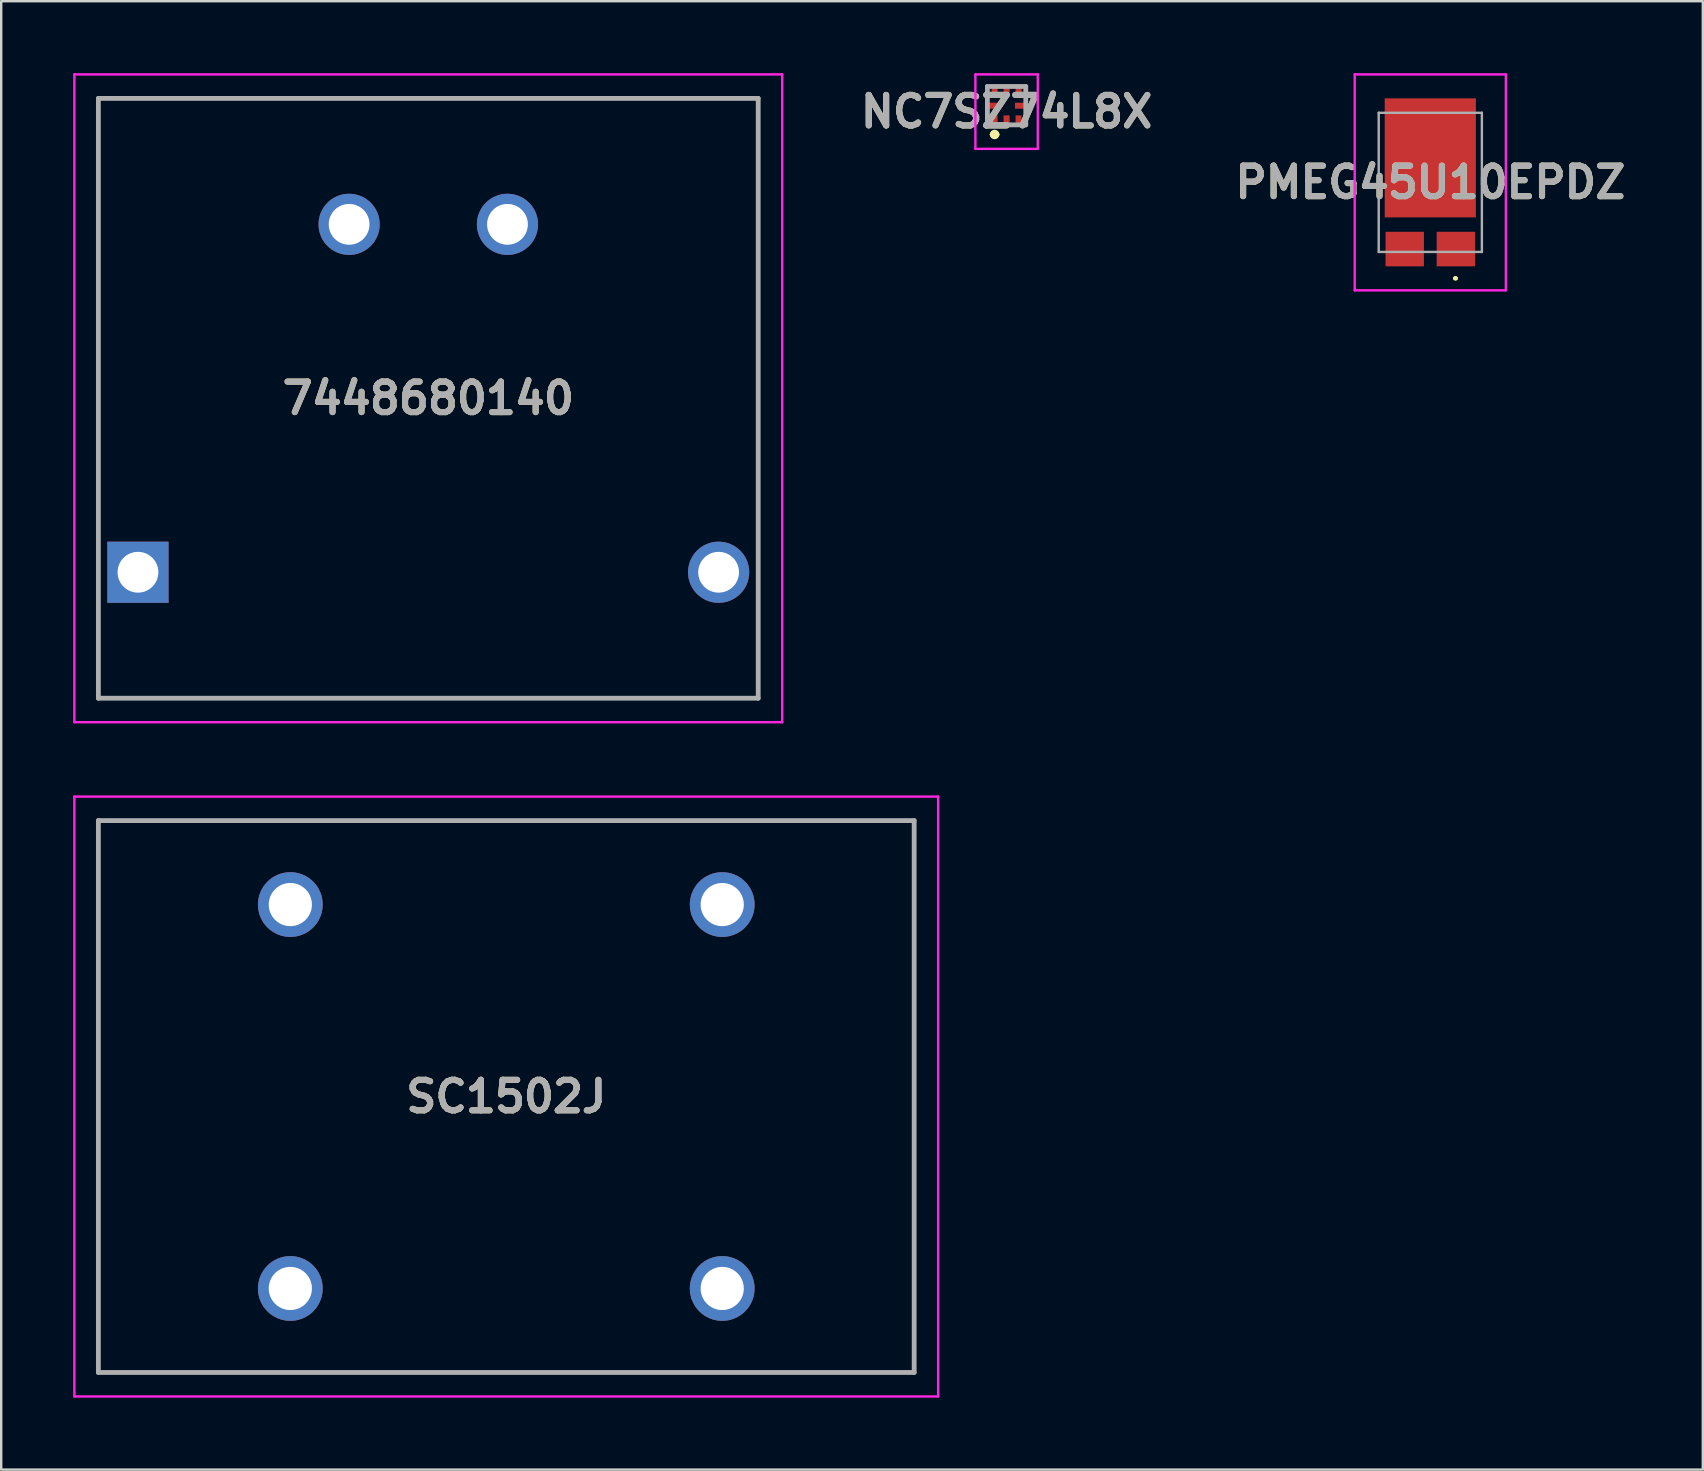
<source format=kicad_pcb>
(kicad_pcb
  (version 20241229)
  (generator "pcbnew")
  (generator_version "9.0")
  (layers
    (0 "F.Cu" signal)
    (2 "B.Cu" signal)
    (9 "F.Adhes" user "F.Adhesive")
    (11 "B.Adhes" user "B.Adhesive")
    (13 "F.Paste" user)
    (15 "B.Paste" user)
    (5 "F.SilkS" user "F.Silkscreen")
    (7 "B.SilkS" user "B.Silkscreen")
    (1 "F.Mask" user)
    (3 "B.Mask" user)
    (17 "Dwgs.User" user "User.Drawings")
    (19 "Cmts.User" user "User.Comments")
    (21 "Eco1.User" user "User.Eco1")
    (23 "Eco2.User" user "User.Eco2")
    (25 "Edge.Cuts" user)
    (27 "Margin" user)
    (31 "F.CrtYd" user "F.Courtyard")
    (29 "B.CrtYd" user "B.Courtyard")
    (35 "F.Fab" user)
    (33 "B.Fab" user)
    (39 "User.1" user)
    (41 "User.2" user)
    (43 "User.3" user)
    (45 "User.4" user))
  (footprint "NC7SZ74L8X"
    (layer "F.Cu")
    (at 38.902 1.355)
    (property "Reference" "NC7SZ74L8X" (at 0 0.247 0) (layer "F.SilkS") (effects (font (size 1.27 1.27) (thickness 0.254))))
    (attr smd)
    (fp_line (start -0.8 -0.3) (end -0.8 -0.8) (stroke (width 0.1) (type solid)) (layer "F.SilkS"))
    (fp_line (start -0.8 0.3) (end -0.8 0.803) (stroke (width 0.1) (type solid)) (layer "F.SilkS"))
    (fp_line (start -0.6 1.2) (end -0.6 1.2) (stroke (width 0.2) (type solid)) (layer "F.SilkS"))
    (fp_line (start -0.4 1.2) (end -0.4 1.2) (stroke (width 0.2) (type solid)) (layer "F.SilkS"))
    (fp_line (start 0.799 -0.8) (end 0.8 -0.3) (stroke (width 0.1) (type solid)) (layer "F.SilkS"))
    (fp_line (start 0.799 0.8) (end 0.799 0.3) (stroke (width 0.1) (type solid)) (layer "F.SilkS"))
    (fp_arc (start -0.6 1.2) (mid -0.5 1.1) (end -0.4 1.2) (stroke (width 0.2) (type solid)) (layer "F.SilkS"))
    (fp_arc (start -0.4 1.2) (mid -0.5 1.3) (end -0.6 1.2) (stroke (width 0.2) (type solid)) (layer "F.SilkS"))
    (fp_line (start -1.3 -1.305) (end 1.3 -1.305) (stroke (width 0.1) (type solid)) (layer "F.CrtYd"))
    (fp_line (start -1.3 1.8) (end -1.3 -1.305) (stroke (width 0.1) (type solid)) (layer "F.CrtYd"))
    (fp_line (start 1.3 -1.305) (end 1.3 1.8) (stroke (width 0.1) (type solid)) (layer "F.CrtYd"))
    (fp_line (start 1.3 1.8) (end -1.3 1.8) (stroke (width 0.1) (type solid)) (layer "F.CrtYd"))
    (fp_line (start -0.8 -0.8) (end 0.8 -0.8) (stroke (width 0.2) (type solid)) (layer "F.Fab"))
    (fp_line (start -0.8 0.8) (end -0.8 -0.8) (stroke (width 0.2) (type solid)) (layer "F.Fab"))
    (fp_line (start 0.8 -0.8) (end 0.8 0.8) (stroke (width 0.2) (type solid)) (layer "F.Fab"))
    (fp_line (start 0.8 0.8) (end -0.8 0.8) (stroke (width 0.2) (type solid)) (layer "F.Fab"))
    (fp_text user "${REFERENCE}" (at 0 0.247 0) (layer "F.Fab") (effects (font (size 1.27 1.27) (thickness 0.254))))
    (pad "1" smd rect (at -0.5 0.605) (size 0.25 0.4) (layers "F.Cu" "F.Mask" "F.Paste"))
    (pad "2" smd rect (at 0 0.605) (size 0.25 0.4) (layers "F.Cu" "F.Mask" "F.Paste"))
    (pad "3" smd rect (at 0.5 0.605) (size 0.25 0.4) (layers "F.Cu" "F.Mask" "F.Paste"))
    (pad "4" smd rect (at 0.575 0 90) (size 0.25 0.45) (layers "F.Cu" "F.Mask" "F.Paste"))
    (pad "5" smd rect (at 0.5 -0.605) (size 0.25 0.4) (layers "F.Cu" "F.Mask" "F.Paste"))
    (pad "6" smd rect (at 0 -0.605) (size 0.25 0.4) (layers "F.Cu" "F.Mask" "F.Paste"))
    (pad "7" smd rect (at -0.5 -0.605) (size 0.25 0.4) (layers "F.Cu" "F.Mask" "F.Paste"))
    (pad "8" smd rect (at -0.575 0 90) (size 0.25 0.45) (layers "F.Cu" "F.Mask" "F.Paste")))
  (footprint "SC1502J"
    (layer "F.Cu")
    (at 9.05 50.65)
    (property "Reference" "SC1502J" (at 9 -8 0) (layer "F.SilkS") (effects (font (size 1.27 1.27) (thickness 0.254))))
    (attr through_hole)
    (fp_line (start -8 -19.5) (end 26 -19.5) (stroke (width 0.1) (type solid)) (layer "F.SilkS"))
    (fp_line (start -8 3.5) (end -8 -19.5) (stroke (width 0.1) (type solid)) (layer "F.SilkS"))
    (fp_line (start 26 -19.5) (end 26 3.5) (stroke (width 0.1) (type solid)) (layer "F.SilkS"))
    (fp_line (start 26 3.5) (end -8 3.5) (stroke (width 0.1) (type solid)) (layer "F.SilkS"))
    (fp_line (start -9 -20.5) (end 27 -20.5) (stroke (width 0.1) (type solid)) (layer "F.CrtYd"))
    (fp_line (start -9 4.5) (end -9 -20.5) (stroke (width 0.1) (type solid)) (layer "F.CrtYd"))
    (fp_line (start 27 -20.5) (end 27 4.5) (stroke (width 0.1) (type solid)) (layer "F.CrtYd"))
    (fp_line (start 27 4.5) (end -9 4.5) (stroke (width 0.1) (type solid)) (layer "F.CrtYd"))
    (fp_line (start -8 -19.5) (end 26 -19.5) (stroke (width 0.2) (type solid)) (layer "F.Fab"))
    (fp_line (start -8 3.5) (end -8 -19.5) (stroke (width 0.2) (type solid)) (layer "F.Fab"))
    (fp_line (start 26 -19.5) (end 26 3.5) (stroke (width 0.2) (type solid)) (layer "F.Fab"))
    (fp_line (start 26 3.5) (end -8 3.5) (stroke (width 0.2) (type solid)) (layer "F.Fab"))
    (fp_text user "${REFERENCE}" (at 9 -8 0) (layer "F.Fab") (effects (font (size 1.27 1.27) (thickness 0.254))))
    (pad "1" thru_hole circle (at 0 0) (size 2.7 2.7) (drill 1.8) (layers "*.Cu" "*.Mask"))
    (pad "2" thru_hole circle (at 18 0) (size 2.7 2.7) (drill 1.8) (layers "*.Cu" "*.Mask"))
    (pad "3" thru_hole circle (at 18 -16) (size 2.7 2.7) (drill 1.8) (layers "*.Cu" "*.Mask"))
    (pad "4" thru_hole circle (at 0 -16) (size 2.7 2.7) (drill 1.8) (layers "*.Cu" "*.Mask")))
  (footprint "PMEG45U10EPDZ"
    (layer "F.Cu")
    (at 56.561 4.55)
    (property "Reference" "PMEG45U10EPDZ" (at 0 0 0) (layer "F.SilkS") (effects (font (size 1.27 1.27) (thickness 0.254))))
    (attr smd)
    (fp_line (start 1 4) (end 1 4) (stroke (width 0.1) (type solid)) (layer "F.SilkS"))
    (fp_line (start 1.1 4) (end 1.1 4) (stroke (width 0.1) (type solid)) (layer "F.SilkS"))
    (fp_arc (start 1 4) (mid 1.05 3.95) (end 1.1 4) (stroke (width 0.1) (type solid)) (layer "F.SilkS"))
    (fp_arc (start 1.1 4) (mid 1.05 4.05) (end 1 4) (stroke (width 0.1) (type solid)) (layer "F.SilkS"))
    (fp_line (start -3.15 -4.5) (end -3.15 4.5) (stroke (width 0.1) (type solid)) (layer "F.CrtYd"))
    (fp_line (start -3.15 4.5) (end 3.15 4.5) (stroke (width 0.1) (type solid)) (layer "F.CrtYd"))
    (fp_line (start 3.15 -4.5) (end -3.15 -4.5) (stroke (width 0.1) (type solid)) (layer "F.CrtYd"))
    (fp_line (start 3.15 4.5) (end 3.15 -4.5) (stroke (width 0.1) (type solid)) (layer "F.CrtYd"))
    (fp_line (start -2.15 -2.9) (end -2.15 2.9) (stroke (width 0.1) (type solid)) (layer "F.Fab"))
    (fp_line (start -2.15 2.9) (end 2.15 2.9) (stroke (width 0.1) (type solid)) (layer "F.Fab"))
    (fp_line (start 2.15 -2.9) (end -2.15 -2.9) (stroke (width 0.1) (type solid)) (layer "F.Fab"))
    (fp_line (start 2.15 2.9) (end 2.15 -2.9) (stroke (width 0.1) (type solid)) (layer "F.Fab"))
    (fp_text user "${REFERENCE}" (at 0 0 0) (layer "F.Fab") (effects (font (size 1.27 1.27) (thickness 0.254))))
    (pad "1" smd rect (at 1.065 2.78 90) (size 1.44 1.6) (layers "F.Cu" "F.Mask" "F.Paste"))
    (pad "2" smd rect (at -1.065 2.78 90) (size 1.44 1.6) (layers "F.Cu" "F.Mask" "F.Paste"))
    (pad "3" smd rect (at 0 -1.02) (size 3.8 4.96) (layers "F.Cu" "F.Mask" "F.Paste")))
  (footprint "7448680140"
    (layer "F.Cu")
    (at 2.7 20.8)
    (property "Reference" "7448680140" (at 12.1 -7.25 0) (layer "F.SilkS") (effects (font (size 1.27 1.27) (thickness 0.254))))
    (attr through_hole)
    (fp_line (start -1.65 -19.75) (end 25.85 -19.75) (stroke (width 0.1) (type solid)) (layer "F.SilkS"))
    (fp_line (start -1.65 5.25) (end -1.65 -19.75) (stroke (width 0.1) (type solid)) (layer "F.SilkS"))
    (fp_line (start 25.85 -19.75) (end 25.85 5.25) (stroke (width 0.1) (type solid)) (layer "F.SilkS"))
    (fp_line (start 25.85 5.25) (end -1.65 5.25) (stroke (width 0.1) (type solid)) (layer "F.SilkS"))
    (fp_line (start -2.65 -20.75) (end 26.85 -20.75) (stroke (width 0.1) (type solid)) (layer "F.CrtYd"))
    (fp_line (start -2.65 6.25) (end -2.65 -20.75) (stroke (width 0.1) (type solid)) (layer "F.CrtYd"))
    (fp_line (start 26.85 -20.75) (end 26.85 6.25) (stroke (width 0.1) (type solid)) (layer "F.CrtYd"))
    (fp_line (start 26.85 6.25) (end -2.65 6.25) (stroke (width 0.1) (type solid)) (layer "F.CrtYd"))
    (fp_line (start -1.65 -19.75) (end 25.85 -19.75) (stroke (width 0.2) (type solid)) (layer "F.Fab"))
    (fp_line (start -1.65 5.25) (end -1.65 -19.75) (stroke (width 0.2) (type solid)) (layer "F.Fab"))
    (fp_line (start 25.85 -19.75) (end 25.85 5.25) (stroke (width 0.2) (type solid)) (layer "F.Fab"))
    (fp_line (start 25.85 5.25) (end -1.65 5.25) (stroke (width 0.2) (type solid)) (layer "F.Fab"))
    (fp_text user "${REFERENCE}" (at 12.1 -7.25 0) (layer "F.Fab") (effects (font (size 1.27 1.27) (thickness 0.254))))
    (pad "1" thru_hole rect (at 0 0) (size 2.55 2.55) (drill 1.7) (layers "*.Cu" "*.Mask"))
    (pad "2" thru_hole circle (at 8.8 -14.5) (size 2.55 2.55) (drill 1.7) (layers "*.Cu" "*.Mask"))
    (pad "3" thru_hole circle (at 15.4 -14.5) (size 2.55 2.55) (drill 1.7) (layers "*.Cu" "*.Mask"))
    (pad "4" thru_hole circle (at 24.2 0) (size 2.55 2.55) (drill 1.7) (layers "*.Cu" "*.Mask")))
  (gr_rect
    (start -3 -3)
    (end 67.919 58.2)
    (stroke (width 0.1) (type default))
    (fill no)
    (layer "Edge.Cuts")))
</source>
